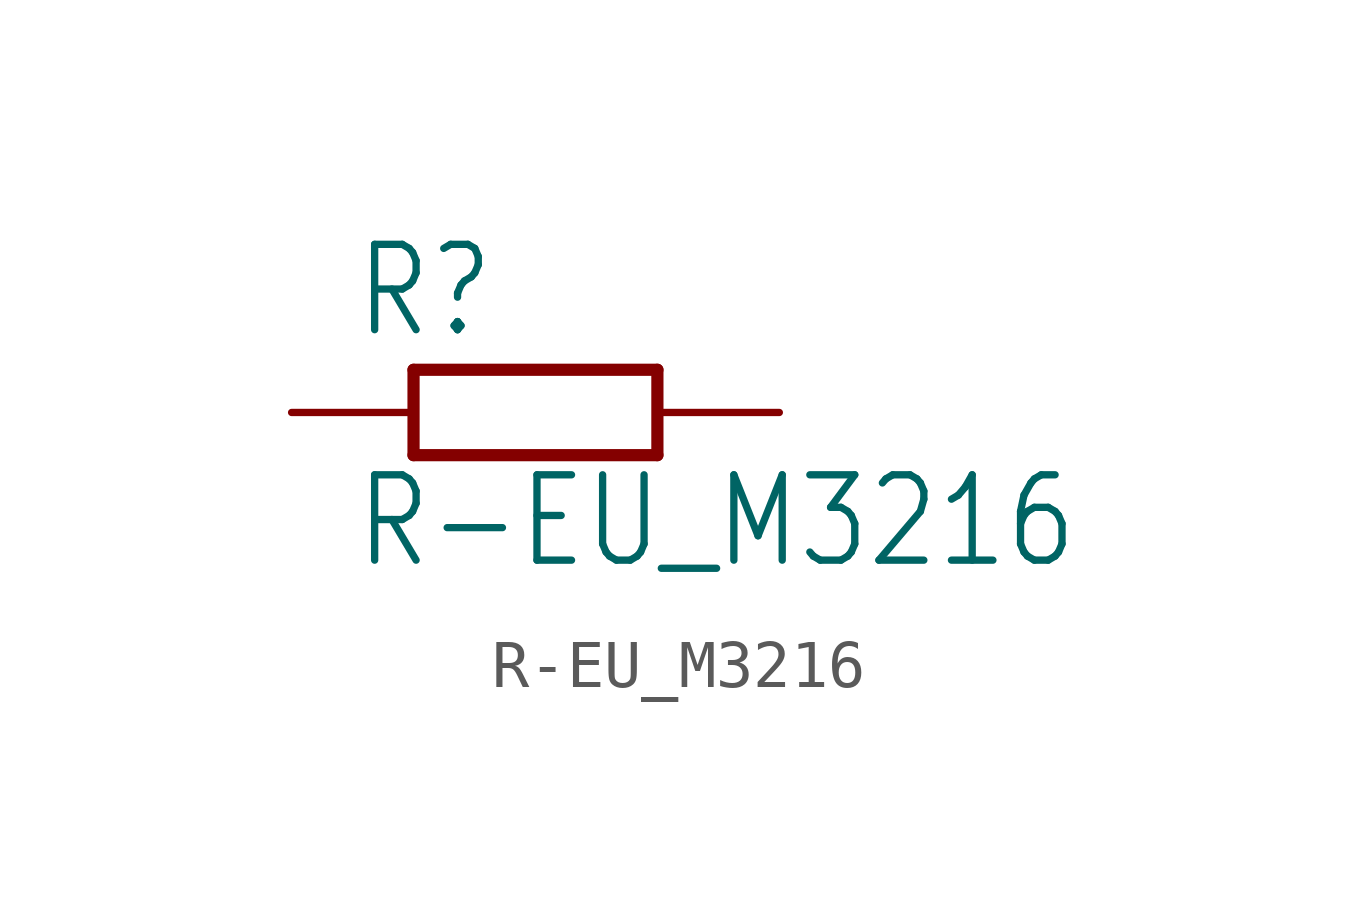
<source format=kicad_sym>
(kicad_symbol_lib
  (version 20220914)
  (generator kicad_symbol_editor)
  (symbol "R-EU_M3216"
    (property "Reference" "R"
      (at -3.81 1.499 0)
      (effects (font (size 1.778 1.511)) (justify left bottom)))
    (property "Value" "R-EU_M3216"
      (at -3.81 -3.302 0)
      (effects (font (size 1.778 1.511)) (justify left bottom)))
    (property "ki_locked" ""
      (at 0 0 0)
      (effects (font (size 1.27 1.27))))
    (symbol "R-EU_M3216_1_0"
      (polyline (pts (xy -2.54 -0.889) (xy -2.54 0.889)) (stroke (width 0.254) (type default)) (fill (type none)))
      (polyline (pts (xy -2.54 -0.889) (xy 2.54 -0.889)) (stroke (width 0.254) (type default)) (fill (type none)))
      (polyline (pts (xy 2.54 -0.889) (xy 2.54 0.889)) (stroke (width 0.254) (type default)) (fill (type none)))
      (polyline (pts (xy 2.54 0.889) (xy -2.54 0.889)) (stroke (width 0.254) (type default)) (fill (type none)))
      (pin passive line (at -5.08 0 0) (length 2.54) (name "1" (effects (font (size 0 0)))) (number "1" (effects (font (size 0 0)))))
      (pin passive line (at 5.08 0 180) (length 2.54) (name "2" (effects (font (size 0 0)))) (number "2" (effects (font (size 0 0))))))))
</source>
